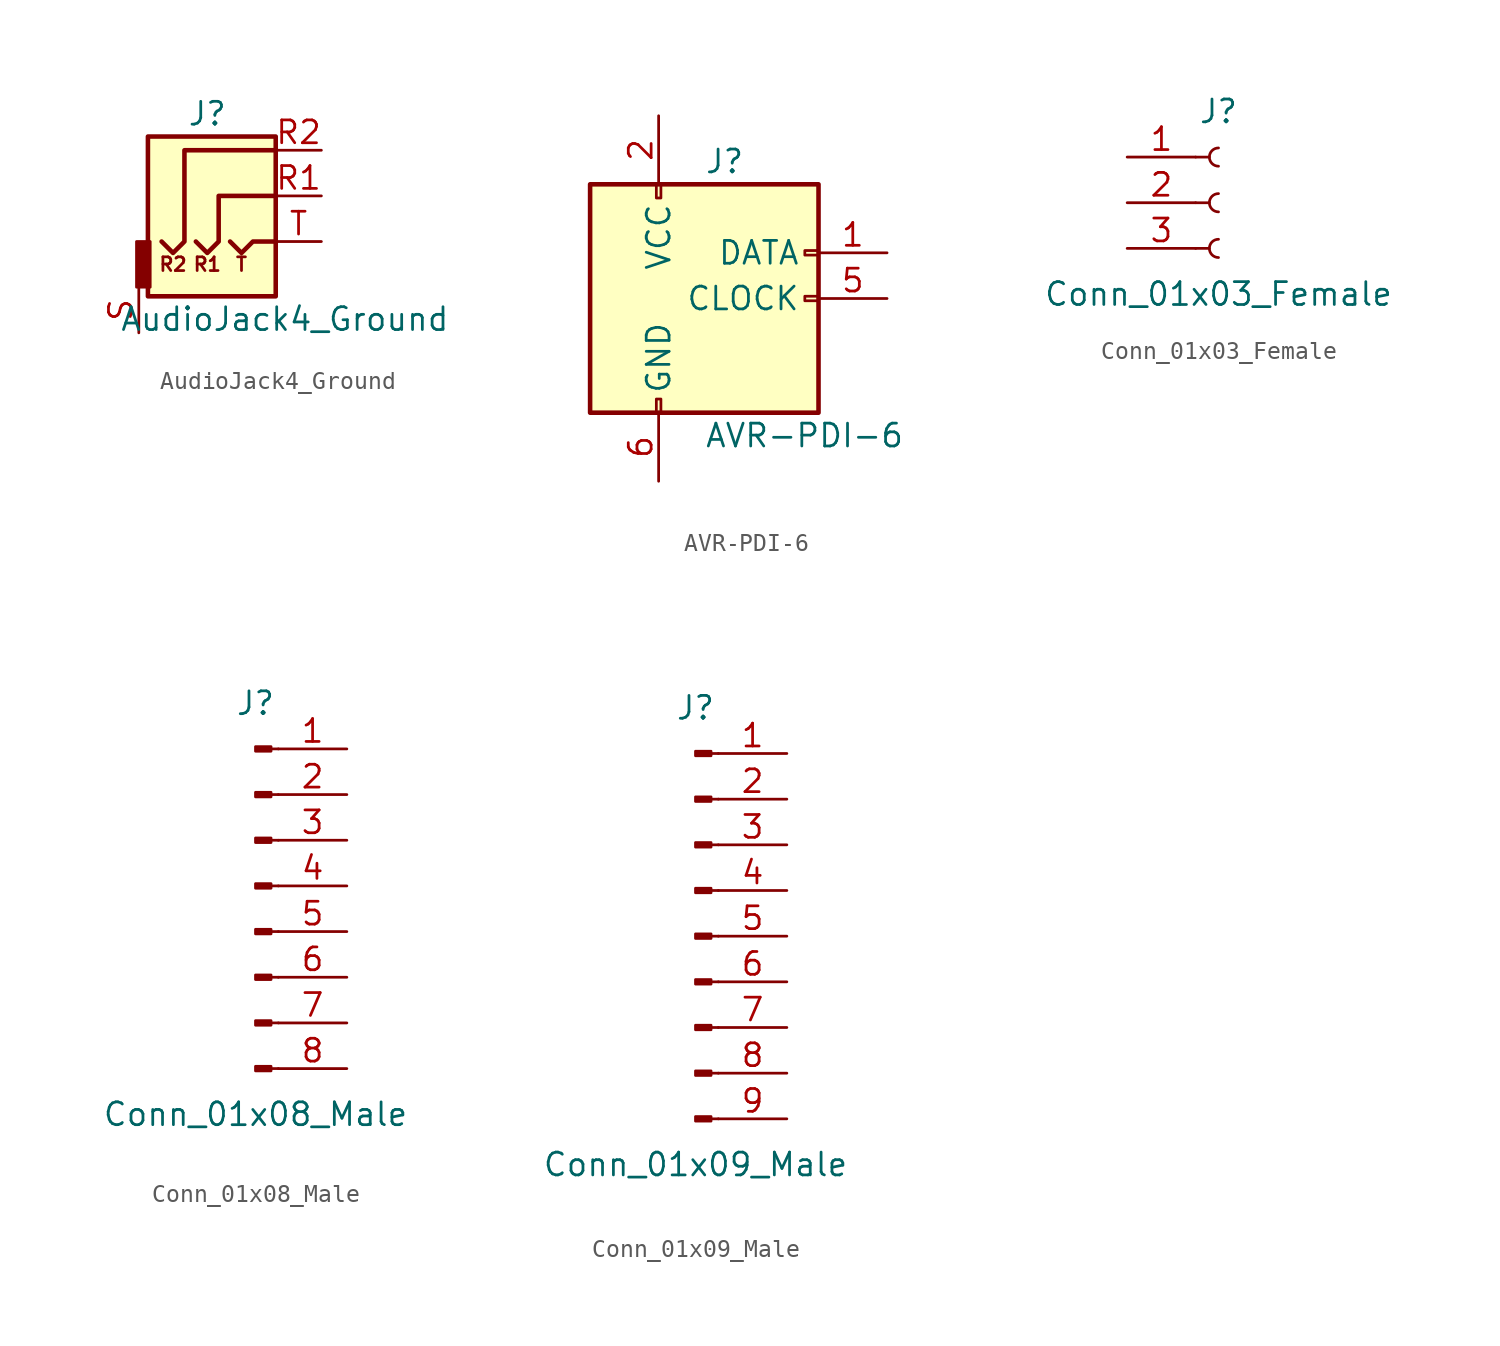
<source format=kicad_sym>
(kicad_symbol_lib
  (version 20201005)
  (generator kicad_symbol_editor)
  (symbol "AudioJack4_Ground"
    (pin_names
      (offset 1.016))
    (property "Reference" "J"
      (at -1.27 2.032 0)
      (effects (font (size 1.27 1.27))))
    (property "Value" "AudioJack4_Ground"
      (at 3.048 -9.398 0)
      (effects (font (size 1.27 1.27))))
    (symbol "AudioJack4_Ground_0_0"
      (text "R1" (at -1.27 -6.35 0) (effects (font (size 0.762 0.762))))
      (text "R2" (at -3.175 -6.35 0) (effects (font (size 0.762 0.762))))
      (text "T" (at 0.635 -6.35 0) (effects (font (size 0.762 0.762))))
      (rectangle (start -4.572 -8.128) (end 2.54 0.762) (stroke (width 0.254)) (fill (type background))))
    (symbol "AudioJack4_Ground_0_1"
      (rectangle (start -4.445 -7.62) (end -5.207 -5.08) (stroke (width 0)) (fill (type outline)))
      (polyline (pts (xy 0 -5.08) (xy 0.635 -5.715) (xy 1.27 -5.08) (xy 2.54 -5.08)) (stroke (width 0.254)) (fill (type none)))
      (polyline (pts (xy -1.905 -5.08) (xy -1.27 -5.715) (xy -0.635 -5.08) (xy -0.635 -2.54) (xy 2.54 -2.54)) (stroke (width 0.254)) (fill (type none)))
      (polyline (pts (xy 2.54 0) (xy -2.54 0) (xy -2.54 -5.08) (xy -3.175 -5.715) (xy -3.81 -5.08)) (stroke (width 0.254)) (fill (type none))))
    (symbol "AudioJack4_Ground_1_1"
      (pin passive line (at 5.08 -2.54 180) (length 2.54) (name "~" (effects (font (size 1.27 1.27)))) (number "R1" (effects (font (size 1.27 1.27)))))
      (pin passive line (at 5.08 0 180) (length 2.54) (name "~" (effects (font (size 1.27 1.27)))) (number "R2" (effects (font (size 1.27 1.27)))))
      (pin passive line (at -5.08 -10.16 90) (length 2.54) (name "~" (effects (font (size 1.27 1.27)))) (number "S" (effects (font (size 1.27 1.27)))))
      (pin passive line (at 5.08 -5.08 180) (length 2.54) (name "~" (effects (font (size 1.27 1.27)))) (number "T" (effects (font (size 1.27 1.27)))))))
  (symbol "AVR-PDI-6"
    (pin_names
      (offset 1.016))
    (property "Reference" "J"
      (at 0 7.62 0)
      (effects (font (size 1.27 1.27)) (justify left)))
    (property "Value" "AVR-PDI-6"
      (at 0 -7.62 0)
      (effects (font (size 1.27 1.27)) (justify left)))
    (symbol "AVR-PDI-6_0_1"
      (rectangle (start -2.667 -5.588) (end -2.413 -6.35) (stroke (width 0)) (fill (type none)))
      (rectangle (start -2.667 6.35) (end -2.413 5.588) (stroke (width 0)) (fill (type none)))
      (rectangle (start 6.35 0.127) (end 5.588 -0.127) (stroke (width 0)) (fill (type none)))
      (rectangle (start 6.35 2.667) (end 5.588 2.413) (stroke (width 0)) (fill (type none)))
      (rectangle (start 6.35 6.35) (end -6.35 -6.35) (stroke (width 0.254)) (fill (type background))))
    (symbol "AVR-PDI-6_1_1"
      (pin passive line (at 10.16 2.54 180) (length 3.81) (name "DATA" (effects (font (size 1.27 1.27)))) (number "1" (effects (font (size 1.27 1.27)))))
      (pin power_in line (at -2.54 10.16 270) (length 3.81) (name "VCC" (effects (font (size 1.27 1.27)))) (number "2" (effects (font (size 1.27 1.27)))))
      (pin no_connect line (at 5.08 -2.54 180) (length 3.81) hide (name "NC" (effects (font (size 1.27 1.27)))) (number "3" (effects (font (size 1.27 1.27)))))
      (pin no_connect line (at 5.08 -5.08 180) (length 3.81) hide (name "NC" (effects (font (size 1.27 1.27)))) (number "4" (effects (font (size 1.27 1.27)))))
      (pin passive line (at 10.16 0 180) (length 3.81) (name "CLOCK" (effects (font (size 1.27 1.27)))) (number "5" (effects (font (size 1.27 1.27)))))
      (pin power_in line (at -2.54 -10.16 90) (length 3.81) (name "GND" (effects (font (size 1.27 1.27)))) (number "6" (effects (font (size 1.27 1.27)))))))
  (symbol "Conn_01x03_Female"
    (pin_names
      (offset 1.016) hide)
    (property "Reference" "J"
      (at 0 5.08 0)
      (effects (font (size 1.27 1.27))))
    (property "Value" "Conn_01x03_Female"
      (at 0 -5.08 0)
      (effects (font (size 1.27 1.27))))
    (symbol "Conn_01x03_Female_1_1"
      (arc (start 0 -2.032) (end 0 -3.048) (radius (at 0 -2.54) (length 0.508) (angles 90.1 -90.1)) (stroke (width 0.1524)) (fill (type none)))
      (arc (start 0 0.508) (end 0 -0.508) (radius (at 0 0) (length 0.508) (angles 90.1 -90.1)) (stroke (width 0.1524)) (fill (type none)))
      (arc (start 0 3.048) (end 0 2.032) (radius (at 0 2.54) (length 0.508) (angles 90.1 -90.1)) (stroke (width 0.1524)) (fill (type none)))
      (polyline (pts (xy -1.27 -2.54) (xy -0.508 -2.54)) (stroke (width 0.152)) (fill (type none)))
      (polyline (pts (xy -1.27 0) (xy -0.508 0)) (stroke (width 0.152)) (fill (type none)))
      (polyline (pts (xy -1.27 2.54) (xy -0.508 2.54)) (stroke (width 0.152)) (fill (type none)))
      (pin passive line (at -5.08 2.54 0) (length 3.81) (name "Pin_1" (effects (font (size 1.27 1.27)))) (number "1" (effects (font (size 1.27 1.27)))))
      (pin passive line (at -5.08 0 0) (length 3.81) (name "Pin_2" (effects (font (size 1.27 1.27)))) (number "2" (effects (font (size 1.27 1.27)))))
      (pin passive line (at -5.08 -2.54 0) (length 3.81) (name "Pin_3" (effects (font (size 1.27 1.27)))) (number "3" (effects (font (size 1.27 1.27)))))))
  (symbol "Conn_01x08_Male"
    (pin_names
      (offset 1.016) hide)
    (property "Reference" "J"
      (at 0 10.16 0)
      (effects (font (size 1.27 1.27))))
    (property "Value" "Conn_01x08_Male"
      (at 0 -12.7 0)
      (effects (font (size 1.27 1.27))))
    (symbol "Conn_01x08_Male_1_1"
      (rectangle (start 0.864 -10.033) (end 0 -10.287) (stroke (width 0.152)) (fill (type outline)))
      (rectangle (start 0.864 -7.493) (end 0 -7.747) (stroke (width 0.152)) (fill (type outline)))
      (rectangle (start 0.864 -4.953) (end 0 -5.207) (stroke (width 0.152)) (fill (type outline)))
      (rectangle (start 0.864 -2.413) (end 0 -2.667) (stroke (width 0.152)) (fill (type outline)))
      (rectangle (start 0.864 0.127) (end 0 -0.127) (stroke (width 0.152)) (fill (type outline)))
      (rectangle (start 0.864 2.667) (end 0 2.413) (stroke (width 0.152)) (fill (type outline)))
      (rectangle (start 0.864 5.207) (end 0 4.953) (stroke (width 0.152)) (fill (type outline)))
      (rectangle (start 0.864 7.747) (end 0 7.493) (stroke (width 0.152)) (fill (type outline)))
      (polyline (pts (xy 1.27 -10.16) (xy 0.864 -10.16)) (stroke (width 0.152)) (fill (type none)))
      (polyline (pts (xy 1.27 -7.62) (xy 0.864 -7.62)) (stroke (width 0.152)) (fill (type none)))
      (polyline (pts (xy 1.27 -5.08) (xy 0.864 -5.08)) (stroke (width 0.152)) (fill (type none)))
      (polyline (pts (xy 1.27 -2.54) (xy 0.864 -2.54)) (stroke (width 0.152)) (fill (type none)))
      (polyline (pts (xy 1.27 0) (xy 0.864 0)) (stroke (width 0.152)) (fill (type none)))
      (polyline (pts (xy 1.27 2.54) (xy 0.864 2.54)) (stroke (width 0.152)) (fill (type none)))
      (polyline (pts (xy 1.27 5.08) (xy 0.864 5.08)) (stroke (width 0.152)) (fill (type none)))
      (polyline (pts (xy 1.27 7.62) (xy 0.864 7.62)) (stroke (width 0.152)) (fill (type none)))
      (pin passive line (at 5.08 7.62 180) (length 3.81) (name "Pin_1" (effects (font (size 1.27 1.27)))) (number "1" (effects (font (size 1.27 1.27)))))
      (pin passive line (at 5.08 5.08 180) (length 3.81) (name "Pin_2" (effects (font (size 1.27 1.27)))) (number "2" (effects (font (size 1.27 1.27)))))
      (pin passive line (at 5.08 2.54 180) (length 3.81) (name "Pin_3" (effects (font (size 1.27 1.27)))) (number "3" (effects (font (size 1.27 1.27)))))
      (pin passive line (at 5.08 0 180) (length 3.81) (name "Pin_4" (effects (font (size 1.27 1.27)))) (number "4" (effects (font (size 1.27 1.27)))))
      (pin passive line (at 5.08 -2.54 180) (length 3.81) (name "Pin_5" (effects (font (size 1.27 1.27)))) (number "5" (effects (font (size 1.27 1.27)))))
      (pin passive line (at 5.08 -5.08 180) (length 3.81) (name "Pin_6" (effects (font (size 1.27 1.27)))) (number "6" (effects (font (size 1.27 1.27)))))
      (pin passive line (at 5.08 -7.62 180) (length 3.81) (name "Pin_7" (effects (font (size 1.27 1.27)))) (number "7" (effects (font (size 1.27 1.27)))))
      (pin passive line (at 5.08 -10.16 180) (length 3.81) (name "Pin_8" (effects (font (size 1.27 1.27)))) (number "8" (effects (font (size 1.27 1.27)))))))
  (symbol "Conn_01x09_Male"
    (pin_names
      (offset 1.016) hide)
    (property "Reference" "J"
      (at 0 12.7 0)
      (effects (font (size 1.27 1.27))))
    (property "Value" "Conn_01x09_Male"
      (at 0 -12.7 0)
      (effects (font (size 1.27 1.27))))
    (symbol "Conn_01x09_Male_1_1"
      (rectangle (start 0.864 -10.033) (end 0 -10.287) (stroke (width 0.152)) (fill (type outline)))
      (rectangle (start 0.864 -7.493) (end 0 -7.747) (stroke (width 0.152)) (fill (type outline)))
      (rectangle (start 0.864 -4.953) (end 0 -5.207) (stroke (width 0.152)) (fill (type outline)))
      (rectangle (start 0.864 -2.413) (end 0 -2.667) (stroke (width 0.152)) (fill (type outline)))
      (rectangle (start 0.864 0.127) (end 0 -0.127) (stroke (width 0.152)) (fill (type outline)))
      (rectangle (start 0.864 2.667) (end 0 2.413) (stroke (width 0.152)) (fill (type outline)))
      (rectangle (start 0.864 5.207) (end 0 4.953) (stroke (width 0.152)) (fill (type outline)))
      (rectangle (start 0.864 7.747) (end 0 7.493) (stroke (width 0.152)) (fill (type outline)))
      (rectangle (start 0.864 10.287) (end 0 10.033) (stroke (width 0.152)) (fill (type outline)))
      (polyline (pts (xy 1.27 -10.16) (xy 0.864 -10.16)) (stroke (width 0.152)) (fill (type none)))
      (polyline (pts (xy 1.27 -7.62) (xy 0.864 -7.62)) (stroke (width 0.152)) (fill (type none)))
      (polyline (pts (xy 1.27 -5.08) (xy 0.864 -5.08)) (stroke (width 0.152)) (fill (type none)))
      (polyline (pts (xy 1.27 -2.54) (xy 0.864 -2.54)) (stroke (width 0.152)) (fill (type none)))
      (polyline (pts (xy 1.27 0) (xy 0.864 0)) (stroke (width 0.152)) (fill (type none)))
      (polyline (pts (xy 1.27 2.54) (xy 0.864 2.54)) (stroke (width 0.152)) (fill (type none)))
      (polyline (pts (xy 1.27 5.08) (xy 0.864 5.08)) (stroke (width 0.152)) (fill (type none)))
      (polyline (pts (xy 1.27 7.62) (xy 0.864 7.62)) (stroke (width 0.152)) (fill (type none)))
      (polyline (pts (xy 1.27 10.16) (xy 0.864 10.16)) (stroke (width 0.152)) (fill (type none)))
      (pin passive line (at 5.08 10.16 180) (length 3.81) (name "Pin_1" (effects (font (size 1.27 1.27)))) (number "1" (effects (font (size 1.27 1.27)))))
      (pin passive line (at 5.08 7.62 180) (length 3.81) (name "Pin_2" (effects (font (size 1.27 1.27)))) (number "2" (effects (font (size 1.27 1.27)))))
      (pin passive line (at 5.08 5.08 180) (length 3.81) (name "Pin_3" (effects (font (size 1.27 1.27)))) (number "3" (effects (font (size 1.27 1.27)))))
      (pin passive line (at 5.08 2.54 180) (length 3.81) (name "Pin_4" (effects (font (size 1.27 1.27)))) (number "4" (effects (font (size 1.27 1.27)))))
      (pin passive line (at 5.08 0 180) (length 3.81) (name "Pin_5" (effects (font (size 1.27 1.27)))) (number "5" (effects (font (size 1.27 1.27)))))
      (pin passive line (at 5.08 -2.54 180) (length 3.81) (name "Pin_6" (effects (font (size 1.27 1.27)))) (number "6" (effects (font (size 1.27 1.27)))))
      (pin passive line (at 5.08 -5.08 180) (length 3.81) (name "Pin_7" (effects (font (size 1.27 1.27)))) (number "7" (effects (font (size 1.27 1.27)))))
      (pin passive line (at 5.08 -7.62 180) (length 3.81) (name "Pin_8" (effects (font (size 1.27 1.27)))) (number "8" (effects (font (size 1.27 1.27)))))
      (pin passive line (at 5.08 -10.16 180) (length 3.81) (name "Pin_9" (effects (font (size 1.27 1.27)))) (number "9" (effects (font (size 1.27 1.27))))))))
</source>
